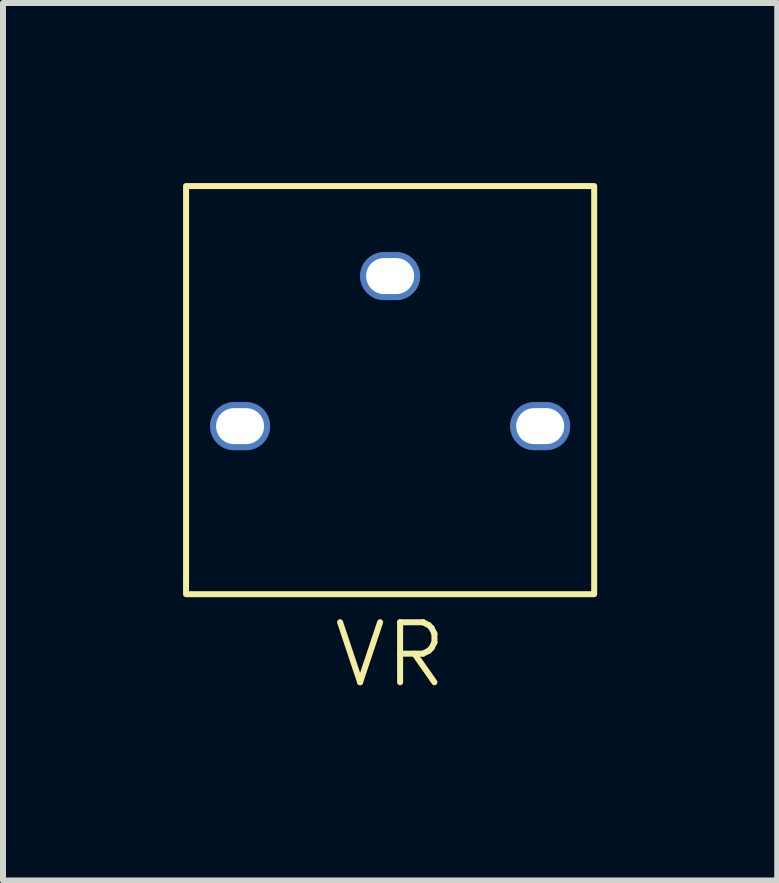
<source format=kicad_pcb>
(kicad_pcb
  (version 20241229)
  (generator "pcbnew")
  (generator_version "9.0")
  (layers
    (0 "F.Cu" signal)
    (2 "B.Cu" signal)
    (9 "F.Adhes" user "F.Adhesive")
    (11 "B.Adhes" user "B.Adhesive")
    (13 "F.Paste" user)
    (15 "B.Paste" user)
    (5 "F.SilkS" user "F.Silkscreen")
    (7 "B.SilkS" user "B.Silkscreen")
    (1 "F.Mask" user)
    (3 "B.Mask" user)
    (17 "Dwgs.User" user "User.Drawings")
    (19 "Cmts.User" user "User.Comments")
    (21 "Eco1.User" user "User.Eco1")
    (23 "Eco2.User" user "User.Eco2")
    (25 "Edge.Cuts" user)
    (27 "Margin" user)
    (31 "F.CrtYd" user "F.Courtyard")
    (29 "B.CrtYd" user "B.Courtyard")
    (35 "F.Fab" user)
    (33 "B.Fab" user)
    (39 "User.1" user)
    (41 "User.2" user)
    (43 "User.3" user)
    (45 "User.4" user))
  (footprint "VR"
    (layer "F.Cu")
    (at 3.45 4.05)
    (property "Reference" "VR" (at 0 3.81 0) (unlocked yes) (layer "F.SilkS") (effects (font (size 1 1) (thickness 0.1))))
    (attr through_hole)
    (fp_rect (start -3.4 -4) (end 3.4 2.8) (stroke (width 0.1) (type default)) (fill no) (layer "F.SilkS"))
    (pad "1" thru_hole oval (at -2.5 0) (size 1 0.8) (drill oval 0.8 0.6) (layers "*.Cu" "*.Mask"))
    (pad "2" thru_hole oval (at 0 -2.5) (size 1 0.8) (drill oval 0.8 0.6) (layers "*.Cu" "*.Mask"))
    (pad "3" thru_hole oval (at 2.5 0) (size 1 0.8) (drill oval 0.8 0.6) (layers "*.Cu" "*.Mask")))
  (gr_rect
    (start -3 -3)
    (end 9.9 11.62)
    (stroke (width 0.1) (type default))
    (fill no)
    (layer "Edge.Cuts")))
</source>
